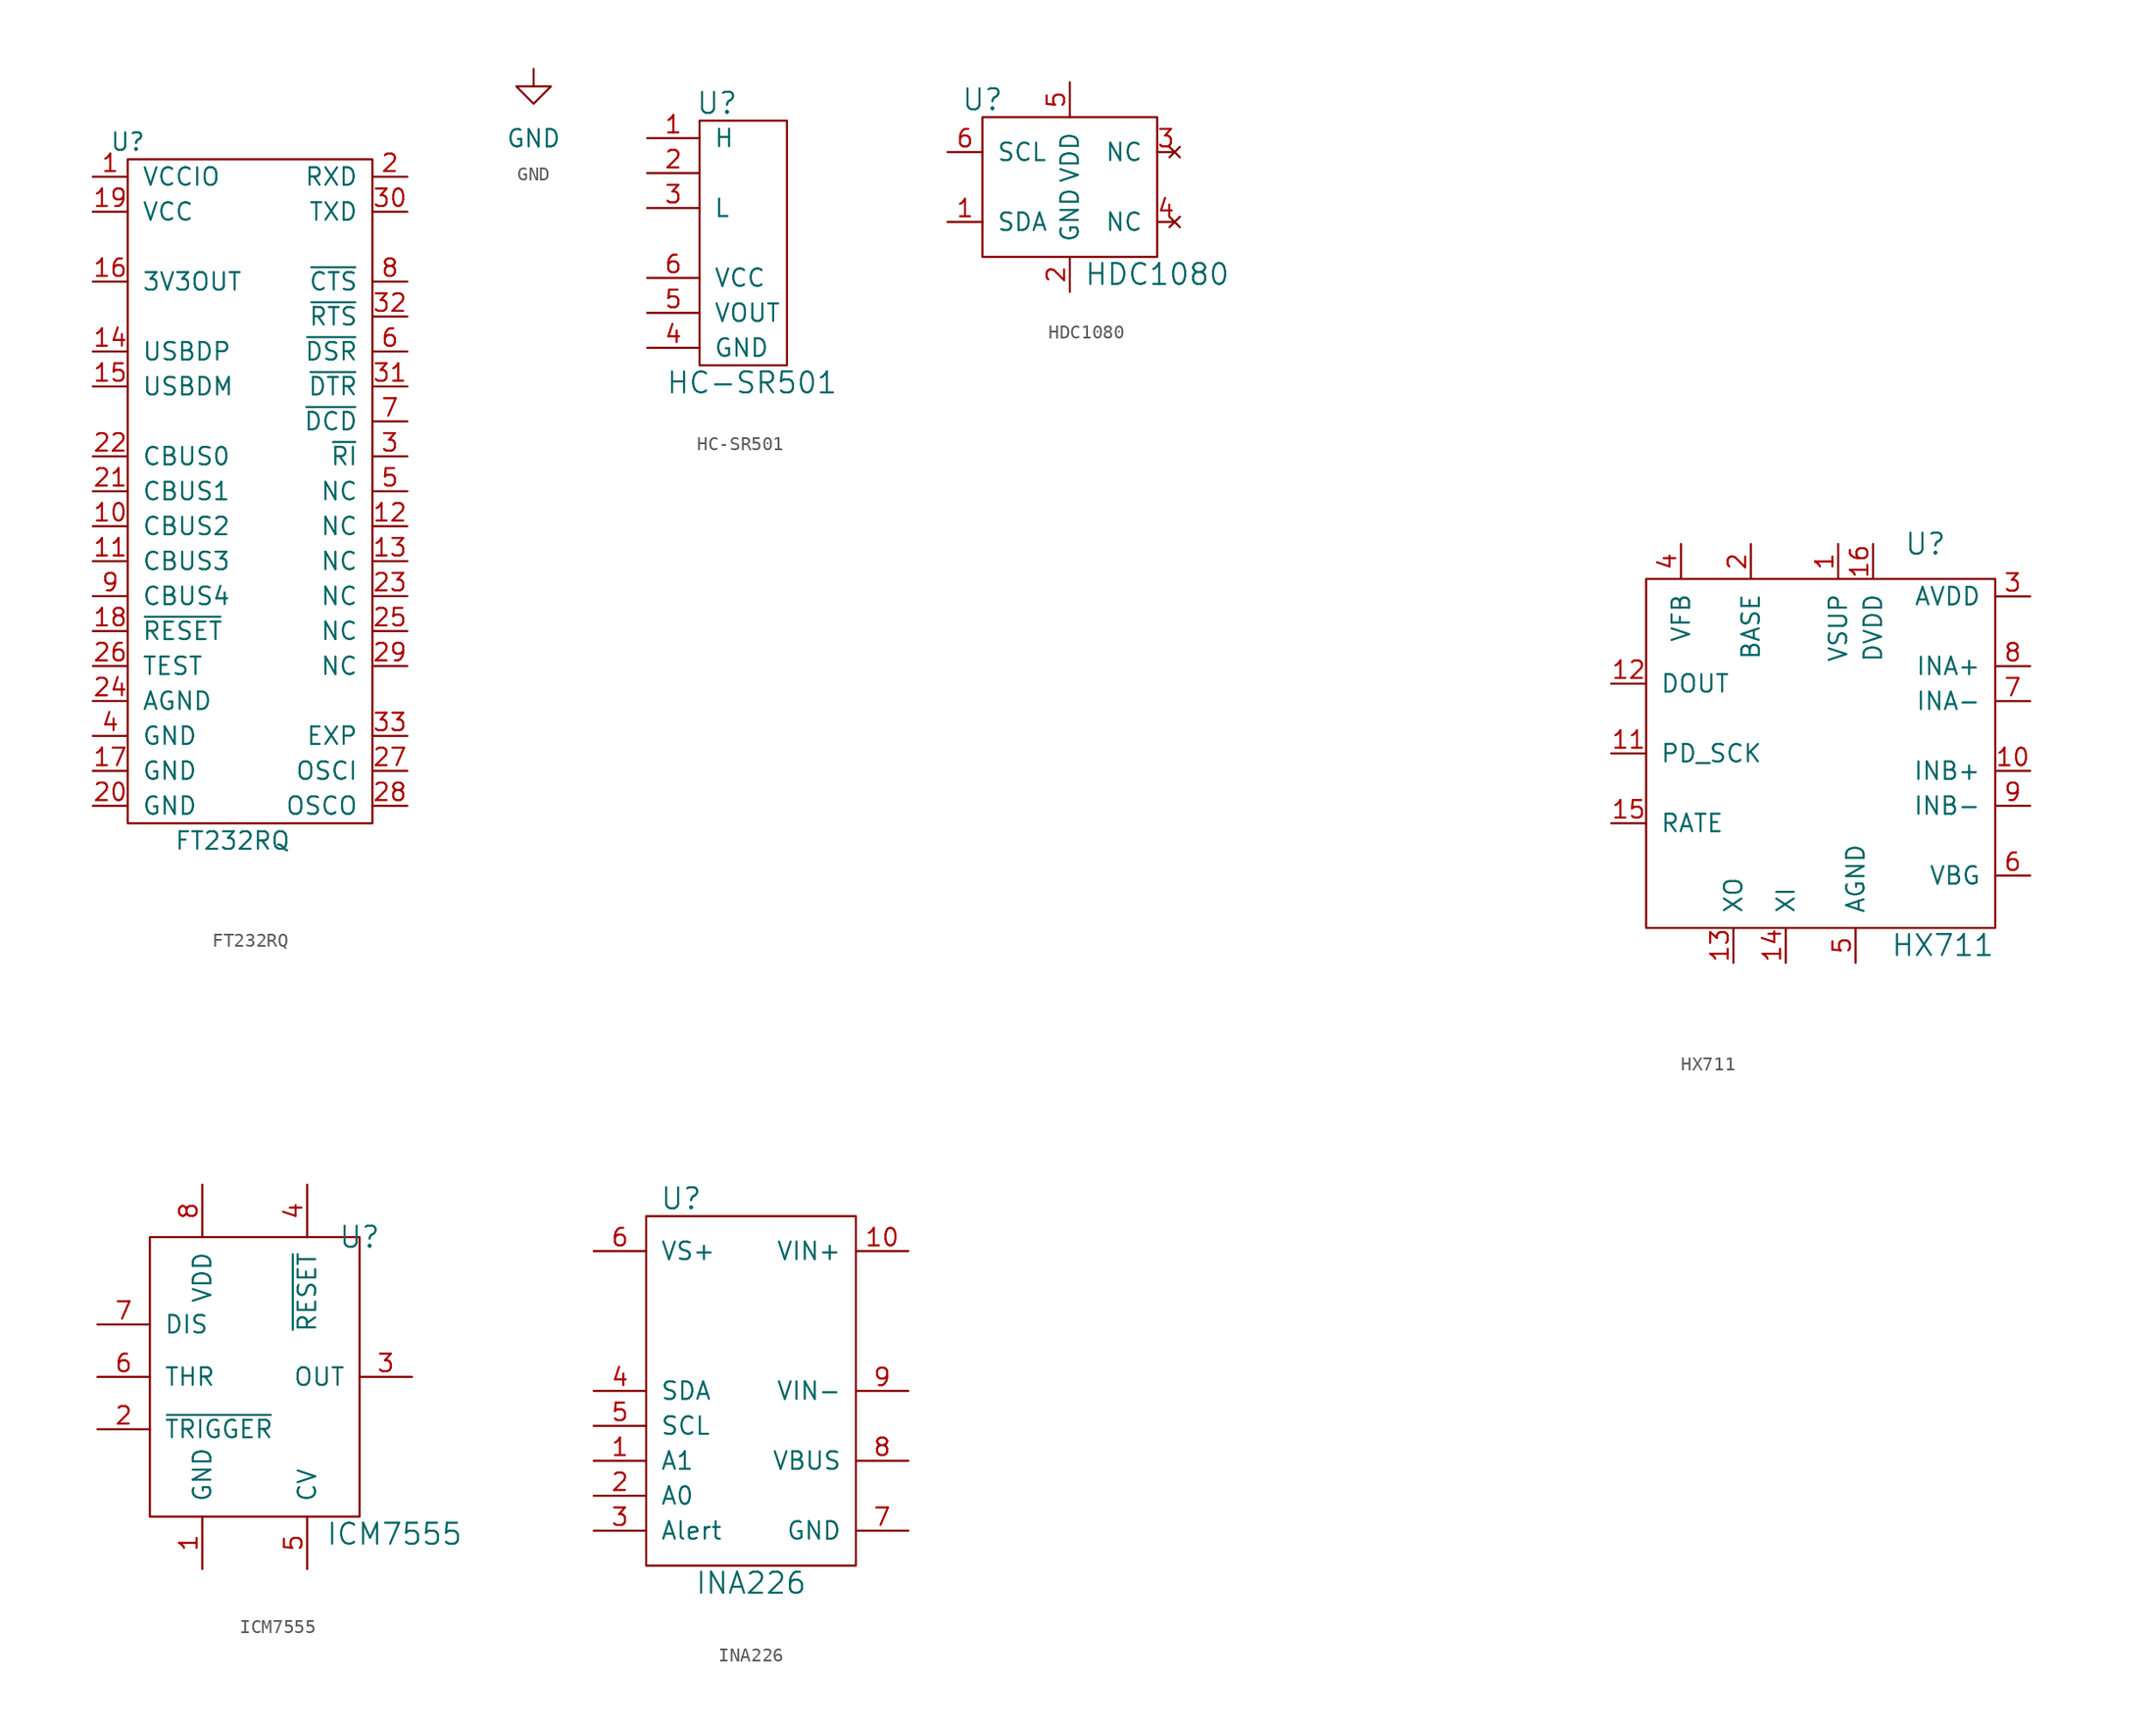
<source format=kicad_sym>
(kicad_symbol_lib
  (version 20211014)
  (generator kicad_symbol_editor)
  (symbol "FT232RQ"
    (pin_names
      (offset 1.016))
    (property "Reference" "U"
      (at -8.89 25.4 0)
      (effects (font (size 1.27 1.27))))
    (property "Value" "FT232RQ"
      (at -1.27 -25.4 0)
      (effects (font (size 1.27 1.27))))
    (symbol "FT232RQ_0_1"
      (rectangle (start -8.89 24.13) (end 8.89 -24.13) (stroke (width 0) (type default) (color 0 0 0 0)) (fill (type none))))
    (symbol "FT232RQ_1_1"
      (pin passive line (at -11.43 22.86 0) (length 2.54) (name "VCCIO" (effects (font (size 1.27 1.27)))) (number "1" (effects (font (size 1.27 1.27)))))
      (pin passive line (at -11.43 -2.54 0) (length 2.54) (name "CBUS2" (effects (font (size 1.27 1.27)))) (number "10" (effects (font (size 1.27 1.27)))))
      (pin passive line (at -11.43 -5.08 0) (length 2.54) (name "CBUS3" (effects (font (size 1.27 1.27)))) (number "11" (effects (font (size 1.27 1.27)))))
      (pin passive line (at 11.43 -2.54 180) (length 2.54) (name "NC" (effects (font (size 1.27 1.27)))) (number "12" (effects (font (size 1.27 1.27)))))
      (pin passive line (at 11.43 -5.08 180) (length 2.54) (name "NC" (effects (font (size 1.27 1.27)))) (number "13" (effects (font (size 1.27 1.27)))))
      (pin passive line (at -11.43 10.16 0) (length 2.54) (name "USBDP" (effects (font (size 1.27 1.27)))) (number "14" (effects (font (size 1.27 1.27)))))
      (pin passive line (at -11.43 7.62 0) (length 2.54) (name "USBDM" (effects (font (size 1.27 1.27)))) (number "15" (effects (font (size 1.27 1.27)))))
      (pin passive line (at -11.43 15.24 0) (length 2.54) (name "3V3OUT" (effects (font (size 1.27 1.27)))) (number "16" (effects (font (size 1.27 1.27)))))
      (pin passive line (at -11.43 -20.32 0) (length 2.54) (name "GND" (effects (font (size 1.27 1.27)))) (number "17" (effects (font (size 1.27 1.27)))))
      (pin passive line (at -11.43 -10.16 0) (length 2.54) (name "~{RESET}" (effects (font (size 1.27 1.27)))) (number "18" (effects (font (size 1.27 1.27)))))
      (pin passive line (at -11.43 20.32 0) (length 2.54) (name "VCC" (effects (font (size 1.27 1.27)))) (number "19" (effects (font (size 1.27 1.27)))))
      (pin passive line (at 11.43 22.86 180) (length 2.54) (name "RXD" (effects (font (size 1.27 1.27)))) (number "2" (effects (font (size 1.27 1.27)))))
      (pin passive line (at -11.43 -22.86 0) (length 2.54) (name "GND" (effects (font (size 1.27 1.27)))) (number "20" (effects (font (size 1.27 1.27)))))
      (pin passive line (at -11.43 0 0) (length 2.54) (name "CBUS1" (effects (font (size 1.27 1.27)))) (number "21" (effects (font (size 1.27 1.27)))))
      (pin passive line (at -11.43 2.54 0) (length 2.54) (name "CBUS0" (effects (font (size 1.27 1.27)))) (number "22" (effects (font (size 1.27 1.27)))))
      (pin passive line (at 11.43 -7.62 180) (length 2.54) (name "NC" (effects (font (size 1.27 1.27)))) (number "23" (effects (font (size 1.27 1.27)))))
      (pin passive line (at -11.43 -15.24 0) (length 2.54) (name "AGND" (effects (font (size 1.27 1.27)))) (number "24" (effects (font (size 1.27 1.27)))))
      (pin passive line (at 11.43 -10.16 180) (length 2.54) (name "NC" (effects (font (size 1.27 1.27)))) (number "25" (effects (font (size 1.27 1.27)))))
      (pin passive line (at -11.43 -12.7 0) (length 2.54) (name "TEST" (effects (font (size 1.27 1.27)))) (number "26" (effects (font (size 1.27 1.27)))))
      (pin passive line (at 11.43 -20.32 180) (length 2.54) (name "OSCI" (effects (font (size 1.27 1.27)))) (number "27" (effects (font (size 1.27 1.27)))))
      (pin passive line (at 11.43 -22.86 180) (length 2.54) (name "OSCO" (effects (font (size 1.27 1.27)))) (number "28" (effects (font (size 1.27 1.27)))))
      (pin passive line (at 11.43 -12.7 180) (length 2.54) (name "NC" (effects (font (size 1.27 1.27)))) (number "29" (effects (font (size 1.27 1.27)))))
      (pin passive line (at 11.43 2.54 180) (length 2.54) (name "~{RI}" (effects (font (size 1.27 1.27)))) (number "3" (effects (font (size 1.27 1.27)))))
      (pin passive line (at 11.43 20.32 180) (length 2.54) (name "TXD" (effects (font (size 1.27 1.27)))) (number "30" (effects (font (size 1.27 1.27)))))
      (pin passive line (at 11.43 7.62 180) (length 2.54) (name "~{DTR}" (effects (font (size 1.27 1.27)))) (number "31" (effects (font (size 1.27 1.27)))))
      (pin passive line (at 11.43 12.7 180) (length 2.54) (name "~{RTS}" (effects (font (size 1.27 1.27)))) (number "32" (effects (font (size 1.27 1.27)))))
      (pin passive line (at 11.43 -17.78 180) (length 2.54) (name "EXP" (effects (font (size 1.27 1.27)))) (number "33" (effects (font (size 1.27 1.27)))))
      (pin passive line (at -11.43 -17.78 0) (length 2.54) (name "GND" (effects (font (size 1.27 1.27)))) (number "4" (effects (font (size 1.27 1.27)))))
      (pin passive line (at 11.43 0 180) (length 2.54) (name "NC" (effects (font (size 1.27 1.27)))) (number "5" (effects (font (size 1.27 1.27)))))
      (pin passive line (at 11.43 10.16 180) (length 2.54) (name "~{DSR}" (effects (font (size 1.27 1.27)))) (number "6" (effects (font (size 1.27 1.27)))))
      (pin passive line (at 11.43 5.08 180) (length 2.54) (name "~{DCD}" (effects (font (size 1.27 1.27)))) (number "7" (effects (font (size 1.27 1.27)))))
      (pin passive line (at 11.43 15.24 180) (length 2.54) (name "~{CTS}" (effects (font (size 1.27 1.27)))) (number "8" (effects (font (size 1.27 1.27)))))
      (pin passive line (at -11.43 -7.62 0) (length 2.54) (name "CBUS4" (effects (font (size 1.27 1.27)))) (number "9" (effects (font (size 1.27 1.27)))))))
  (symbol "GND"
    (power)
    (pin_names
      (offset 0))
    (property "Reference" "#PWR"
      (at 0 -6.35 0)
      (effects (font (size 1.27 1.27)) hide))
    (property "Value" "GND"
      (at 0 -5.08 0)
      (effects (font (size 1.27 1.27))))
    (property "Footprint" ""
      (at 0 0 0)
      (effects (font (size 1.27 1.27))))
    (property "Datasheet" ""
      (at 0 0 0)
      (effects (font (size 1.27 1.27))))
    (symbol "GND_0_1"
      (polyline (pts (xy 0 0) (xy 0 -1.27) (xy 1.27 -1.27) (xy 0 -2.54) (xy -1.27 -1.27) (xy 0 -1.27)) (stroke (width 0) (type default) (color 0 0 0 0)) (fill (type none))))
    (symbol "GND_1_1"
      (pin power_in line (at 0 0 270) (length 0) hide (name "GND" (effects (font (size 1.27 1.27)))) (number "1" (effects (font (size 1.27 1.27)))))))
  (symbol "HC-SR501"
    (pin_names
      (offset 1.016))
    (property "Reference" "U"
      (at -1.27 10.16 0)
      (effects (font (size 1.524 1.524))))
    (property "Value" "HC-SR501"
      (at 1.27 -10.16 0)
      (effects (font (size 1.524 1.524))))
    (property "Footprint" ""
      (at 0 0 0)
      (effects (font (size 1.524 1.524))))
    (property "Datasheet" ""
      (at 0 0 0)
      (effects (font (size 1.524 1.524))))
    (symbol "HC-SR501_0_1"
      (rectangle (start -2.54 8.89) (end 3.81 -8.89) (stroke (width 0) (type default) (color 0 0 0 0)) (fill (type none))))
    (symbol "HC-SR501_1_1"
      (pin passive line (at -6.35 7.62 0) (length 3.81) (name "H" (effects (font (size 1.27 1.27)))) (number "1" (effects (font (size 1.27 1.27)))))
      (pin passive line (at -6.35 5.08 0) (length 3.81) (name "~" (effects (font (size 1.27 1.27)))) (number "2" (effects (font (size 1.27 1.27)))))
      (pin passive line (at -6.35 2.54 0) (length 3.81) (name "L" (effects (font (size 1.27 1.27)))) (number "3" (effects (font (size 1.27 1.27)))))
      (pin passive line (at -6.35 -7.62 0) (length 3.81) (name "GND" (effects (font (size 1.27 1.27)))) (number "4" (effects (font (size 1.27 1.27)))))
      (pin passive line (at -6.35 -5.08 0) (length 3.81) (name "VOUT" (effects (font (size 1.27 1.27)))) (number "5" (effects (font (size 1.27 1.27)))))
      (pin passive line (at -6.35 -2.54 0) (length 3.81) (name "VCC" (effects (font (size 1.27 1.27)))) (number "6" (effects (font (size 1.27 1.27)))))))
  (symbol "HDC1080"
    (pin_names
      (offset 1.016))
    (property "Reference" "U"
      (at -6.35 6.35 0)
      (effects (font (size 1.524 1.524))))
    (property "Value" "HDC1080"
      (at 6.35 -6.35 0)
      (effects (font (size 1.524 1.524))))
    (property "Footprint" ""
      (at 0 0 0)
      (effects (font (size 1.524 1.524))))
    (property "Datasheet" ""
      (at 0 0 0)
      (effects (font (size 1.524 1.524))))
    (symbol "HDC1080_0_1"
      (rectangle (start -6.35 5.08) (end 6.35 -5.08) (stroke (width 0) (type default) (color 0 0 0 0)) (fill (type none))))
    (symbol "HDC1080_1_1"
      (pin passive line (at -8.89 -2.54 0) (length 2.54) (name "SDA" (effects (font (size 1.27 1.27)))) (number "1" (effects (font (size 1.27 1.27)))))
      (pin passive line (at 0 -7.62 90) (length 2.54) (name "GND" (effects (font (size 1.27 1.27)))) (number "2" (effects (font (size 1.27 1.27)))))
      (pin no_connect line (at 7.62 2.54 180) (length 1.27) (name "NC" (effects (font (size 1.27 1.27)))) (number "3" (effects (font (size 1.27 1.27)))))
      (pin no_connect line (at 7.62 -2.54 180) (length 1.27) (name "NC" (effects (font (size 1.27 1.27)))) (number "4" (effects (font (size 1.27 1.27)))))
      (pin passive line (at 0 7.62 270) (length 2.54) (name "VDD" (effects (font (size 1.27 1.27)))) (number "5" (effects (font (size 1.27 1.27)))))
      (pin passive line (at -8.89 2.54 0) (length 2.54) (name "SCL" (effects (font (size 1.27 1.27)))) (number "6" (effects (font (size 1.27 1.27)))))))
  (symbol "HX711"
    (pin_names
      (offset 1.016))
    (property "Reference" "U"
      (at 7.62 15.24 0)
      (effects (font (size 1.524 1.524))))
    (property "Value" "HX711"
      (at 8.89 -13.97 0)
      (effects (font (size 1.524 1.524))))
    (property "Footprint" ""
      (at -31.75 44.45 0)
      (effects (font (size 1.524 1.524))))
    (property "Datasheet" ""
      (at -31.75 44.45 0)
      (effects (font (size 1.524 1.524))))
    (symbol "HX711_0_1"
      (rectangle (start -12.7 12.7) (end 12.7 -12.7) (stroke (width 0) (type default) (color 0 0 0 0)) (fill (type none))))
    (symbol "HX711_1_1"
      (pin input line (at 1.27 15.24 270) (length 2.54) (name "VSUP" (effects (font (size 1.27 1.27)))) (number "1" (effects (font (size 1.27 1.27)))))
      (pin input line (at 15.24 -1.27 180) (length 2.54) (name "INB+" (effects (font (size 1.27 1.27)))) (number "10" (effects (font (size 1.27 1.27)))))
      (pin input line (at -15.24 0 0) (length 2.54) (name "PD_SCK" (effects (font (size 1.27 1.27)))) (number "11" (effects (font (size 1.27 1.27)))))
      (pin input line (at -15.24 5.08 0) (length 2.54) (name "DOUT" (effects (font (size 1.27 1.27)))) (number "12" (effects (font (size 1.27 1.27)))))
      (pin input line (at -6.35 -15.24 90) (length 2.54) (name "XO" (effects (font (size 1.27 1.27)))) (number "13" (effects (font (size 1.27 1.27)))))
      (pin input line (at -2.54 -15.24 90) (length 2.54) (name "XI" (effects (font (size 1.27 1.27)))) (number "14" (effects (font (size 1.27 1.27)))))
      (pin input line (at -15.24 -5.08 0) (length 2.54) (name "RATE" (effects (font (size 1.27 1.27)))) (number "15" (effects (font (size 1.27 1.27)))))
      (pin input line (at 3.81 15.24 270) (length 2.54) (name "DVDD" (effects (font (size 1.27 1.27)))) (number "16" (effects (font (size 1.27 1.27)))))
      (pin input line (at -5.08 15.24 270) (length 2.54) (name "BASE" (effects (font (size 1.27 1.27)))) (number "2" (effects (font (size 1.27 1.27)))))
      (pin input line (at 15.24 11.43 180) (length 2.54) (name "AVDD" (effects (font (size 1.27 1.27)))) (number "3" (effects (font (size 1.27 1.27)))))
      (pin input line (at -10.16 15.24 270) (length 2.54) (name "VFB" (effects (font (size 1.27 1.27)))) (number "4" (effects (font (size 1.27 1.27)))))
      (pin input line (at 2.54 -15.24 90) (length 2.54) (name "AGND" (effects (font (size 1.27 1.27)))) (number "5" (effects (font (size 1.27 1.27)))))
      (pin input line (at 15.24 -8.89 180) (length 2.54) (name "VBG" (effects (font (size 1.27 1.27)))) (number "6" (effects (font (size 1.27 1.27)))))
      (pin input line (at 15.24 3.81 180) (length 2.54) (name "INA-" (effects (font (size 1.27 1.27)))) (number "7" (effects (font (size 1.27 1.27)))))
      (pin input line (at 15.24 6.35 180) (length 2.54) (name "INA+" (effects (font (size 1.27 1.27)))) (number "8" (effects (font (size 1.27 1.27)))))
      (pin input line (at 15.24 -3.81 180) (length 2.54) (name "INB-" (effects (font (size 1.27 1.27)))) (number "9" (effects (font (size 1.27 1.27)))))))
  (symbol "ICM7555"
    (pin_names
      (offset 1.016))
    (property "Reference" "U"
      (at 7.62 10.16 0)
      (effects (font (size 1.524 1.524))))
    (property "Value" "ICM7555"
      (at 10.16 -11.43 0)
      (effects (font (size 1.524 1.524))))
    (property "Footprint" ""
      (at 1.27 0 0)
      (effects (font (size 1.524 1.524))))
    (property "Datasheet" ""
      (at 1.27 0 0)
      (effects (font (size 1.524 1.524))))
    (symbol "ICM7555_0_1"
      (rectangle (start -7.62 10.16) (end 7.62 -10.16) (stroke (width 0) (type default) (color 0 0 0 0)) (fill (type none))))
    (symbol "ICM7555_1_1"
      (pin passive line (at -3.81 -13.97 90) (length 3.81) (name "GND" (effects (font (size 1.27 1.27)))) (number "1" (effects (font (size 1.27 1.27)))))
      (pin passive line (at -11.43 -3.81 0) (length 3.81) (name "~{TRIGGER}" (effects (font (size 1.27 1.27)))) (number "2" (effects (font (size 1.27 1.27)))))
      (pin passive line (at 11.43 0 180) (length 3.81) (name "OUT" (effects (font (size 1.27 1.27)))) (number "3" (effects (font (size 1.27 1.27)))))
      (pin passive line (at 3.81 13.97 270) (length 3.81) (name "~{RESET}" (effects (font (size 1.27 1.27)))) (number "4" (effects (font (size 1.27 1.27)))))
      (pin passive line (at 3.81 -13.97 90) (length 3.81) (name "CV" (effects (font (size 1.27 1.27)))) (number "5" (effects (font (size 1.27 1.27)))))
      (pin passive line (at -11.43 0 0) (length 3.81) (name "THR" (effects (font (size 1.27 1.27)))) (number "6" (effects (font (size 1.27 1.27)))))
      (pin passive line (at -11.43 3.81 0) (length 3.81) (name "DIS" (effects (font (size 1.27 1.27)))) (number "7" (effects (font (size 1.27 1.27)))))
      (pin passive line (at -3.81 13.97 270) (length 3.81) (name "VDD" (effects (font (size 1.27 1.27)))) (number "8" (effects (font (size 1.27 1.27)))))))
  (symbol "INA226"
    (pin_names
      (offset 1.016))
    (property "Reference" "U"
      (at -5.08 13.97 0)
      (effects (font (size 1.524 1.524))))
    (property "Value" "INA226"
      (at 0 -13.97 0)
      (effects (font (size 1.524 1.524))))
    (property "Footprint" ""
      (at 0 0 0)
      (effects (font (size 1.524 1.524))))
    (property "Datasheet" ""
      (at 0 0 0)
      (effects (font (size 1.524 1.524))))
    (symbol "INA226_0_1"
      (rectangle (start -7.62 12.7) (end 7.62 -12.7) (stroke (width 0) (type default) (color 0 0 0 0)) (fill (type none))))
    (symbol "INA226_1_1"
      (pin input line (at -11.43 -5.08 0) (length 3.81) (name "A1" (effects (font (size 1.27 1.27)))) (number "1" (effects (font (size 1.27 1.27)))))
      (pin input line (at 11.43 10.16 180) (length 3.81) (name "VIN+" (effects (font (size 1.27 1.27)))) (number "10" (effects (font (size 1.27 1.27)))))
      (pin input line (at -11.43 -7.62 0) (length 3.81) (name "A0" (effects (font (size 1.27 1.27)))) (number "2" (effects (font (size 1.27 1.27)))))
      (pin output line (at -11.43 -10.16 0) (length 3.81) (name "Alert" (effects (font (size 1.27 1.27)))) (number "3" (effects (font (size 1.27 1.27)))))
      (pin bidirectional line (at -11.43 0 0) (length 3.81) (name "SDA" (effects (font (size 1.27 1.27)))) (number "4" (effects (font (size 1.27 1.27)))))
      (pin bidirectional line (at -11.43 -2.54 0) (length 3.81) (name "SCL" (effects (font (size 1.27 1.27)))) (number "5" (effects (font (size 1.27 1.27)))))
      (pin power_in line (at -11.43 10.16 0) (length 3.81) (name "VS+" (effects (font (size 1.27 1.27)))) (number "6" (effects (font (size 1.27 1.27)))))
      (pin power_out line (at 11.43 -10.16 180) (length 3.81) (name "GND" (effects (font (size 1.27 1.27)))) (number "7" (effects (font (size 1.27 1.27)))))
      (pin input line (at 11.43 -5.08 180) (length 3.81) (name "VBUS" (effects (font (size 1.27 1.27)))) (number "8" (effects (font (size 1.27 1.27)))))
      (pin input line (at 11.43 0 180) (length 3.81) (name "VIN-" (effects (font (size 1.27 1.27)))) (number "9" (effects (font (size 1.27 1.27))))))))
</source>
